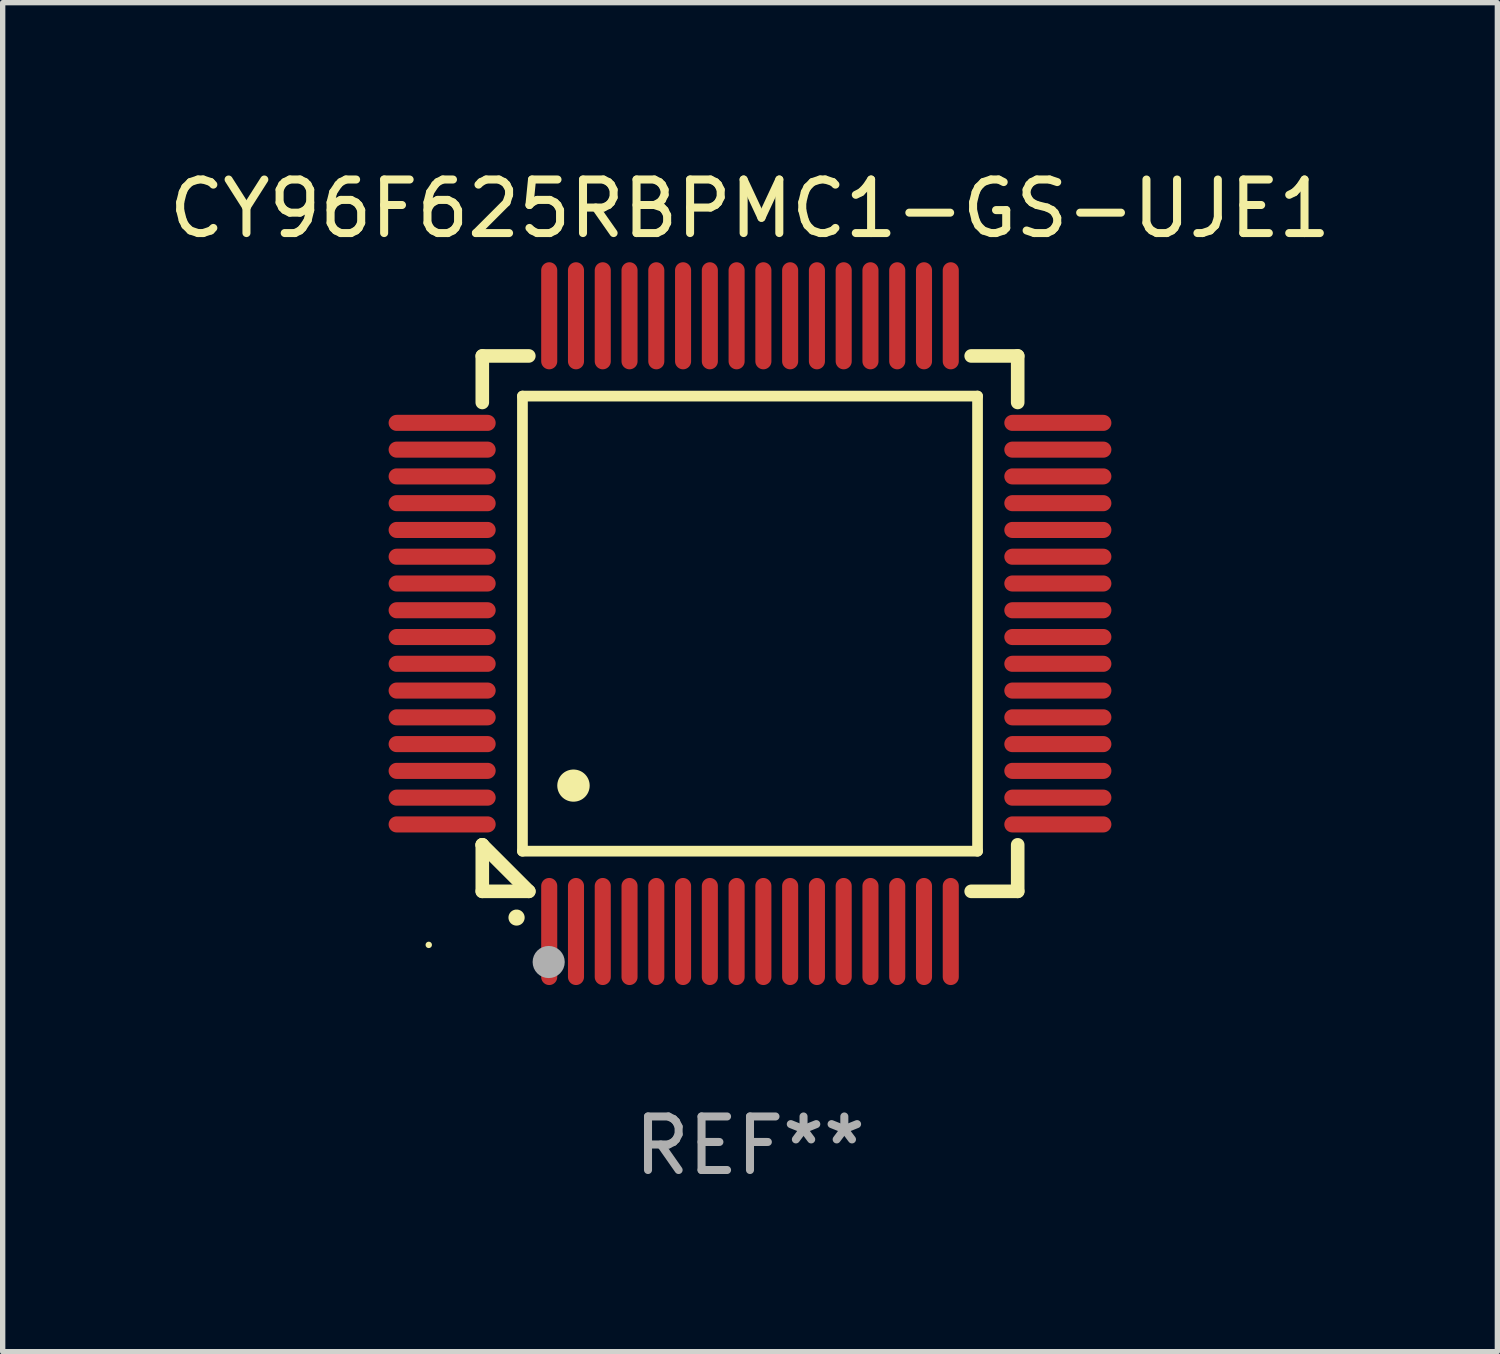
<source format=kicad_pcb>
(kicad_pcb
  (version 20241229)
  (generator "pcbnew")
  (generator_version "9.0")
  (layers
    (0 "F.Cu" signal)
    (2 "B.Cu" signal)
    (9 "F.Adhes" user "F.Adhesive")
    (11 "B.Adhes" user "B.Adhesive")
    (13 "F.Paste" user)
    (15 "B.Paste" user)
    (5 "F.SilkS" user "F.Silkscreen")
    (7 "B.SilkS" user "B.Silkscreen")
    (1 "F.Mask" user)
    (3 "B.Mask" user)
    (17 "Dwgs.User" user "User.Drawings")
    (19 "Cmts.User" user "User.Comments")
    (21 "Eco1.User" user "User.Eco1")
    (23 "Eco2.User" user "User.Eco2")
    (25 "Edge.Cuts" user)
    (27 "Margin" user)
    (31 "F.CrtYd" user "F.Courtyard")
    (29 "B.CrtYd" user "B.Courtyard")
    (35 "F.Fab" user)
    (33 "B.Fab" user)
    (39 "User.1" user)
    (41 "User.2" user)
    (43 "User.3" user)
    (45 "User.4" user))
  (footprint "CY96F625RBPMC1-GS-UJE1"
    (layer "F.Cu")
    (at 10.958 8.598)
    (property "Reference" "CY96F625RBPMC1-GS-UJE1" (at 0 -7.75 0) (layer "F.SilkS") (effects (font (size 1 1) (thickness 0.15))))
    (attr through_hole)
    (fp_line (start -5 -5) (end -4.131 -5) (stroke (width 0.254) (type solid)) (layer "F.SilkS"))
    (fp_line (start -5 -4.131) (end -5 -5) (stroke (width 0.254) (type solid)) (layer "F.SilkS"))
    (fp_line (start -5 4.131) (end -5 4.131) (stroke (width 0.254) (type solid)) (layer "F.SilkS"))
    (fp_line (start -5 5) (end -5 4.131) (stroke (width 0.254) (type solid)) (layer "F.SilkS"))
    (fp_line (start -5 4.131) (end -4.131 5) (stroke (width 0.254) (type solid)) (layer "F.SilkS"))
    (fp_line (start -4.25 -4.25) (end -4.25 4.25) (stroke (width 0.2) (type solid)) (layer "F.SilkS"))
    (fp_line (start -4.25 4.25) (end 4.25 4.25) (stroke (width 0.2) (type solid)) (layer "F.SilkS"))
    (fp_line (start -4.131 5) (end -5 5) (stroke (width 0.254) (type solid)) (layer "F.SilkS"))
    (fp_line (start 4.25 -4.25) (end -4.25 -4.25) (stroke (width 0.2) (type solid)) (layer "F.SilkS"))
    (fp_line (start 4.25 4.25) (end 4.25 -4.25) (stroke (width 0.2) (type solid)) (layer "F.SilkS"))
    (fp_line (start 5 -5) (end 4.131 -5) (stroke (width 0.254) (type solid)) (layer "F.SilkS"))
    (fp_line (start 5 -5) (end 5 -4.131) (stroke (width 0.254) (type solid)) (layer "F.SilkS"))
    (fp_line (start 5 4.131) (end 5 5) (stroke (width 0.254) (type solid)) (layer "F.SilkS"))
    (fp_line (start 5 5) (end 4.131 5) (stroke (width 0.254) (type solid)) (layer "F.SilkS"))
    (fp_arc (start -4.361265 5.489992) (mid -4.359995 5.489987) (end -4.358725 5.489992) (stroke (width 0.3) (type solid)) (layer "F.SilkS"))
    (fp_arc (start -3.299467 3.025146) (mid -3.296927 3.025135) (end -3.294387 3.025146) (stroke (width 0.6) (type solid)) (layer "F.SilkS"))
    (fp_circle (center -6 6) (end -5.97 6) (stroke (width 0.06) (type solid)) (fill no) (layer "F.SilkS"))
    (fp_circle (center -3.76 6.32) (end -3.61 6.32) (stroke (width 0.3) (type solid)) (fill no) (layer "F.Fab"))
    (fp_text user "REF**" (at 0 9.75 0) (layer "F.Fab") (effects (font (size 1 1) (thickness 0.15))))
    (pad "1" smd oval (at -3.75 5.75) (size 0.3 2) (layers "F.Cu" "F.Mask" "F.Paste"))
    (pad "2" smd oval (at -3.25 5.75) (size 0.3 2) (layers "F.Cu" "F.Mask" "F.Paste"))
    (pad "3" smd oval (at -2.75 5.75) (size 0.3 2) (layers "F.Cu" "F.Mask" "F.Paste"))
    (pad "4" smd oval (at -2.25 5.75) (size 0.3 2) (layers "F.Cu" "F.Mask" "F.Paste"))
    (pad "5" smd oval (at -1.75 5.75) (size 0.3 2) (layers "F.Cu" "F.Mask" "F.Paste"))
    (pad "6" smd oval (at -1.25 5.75) (size 0.3 2) (layers "F.Cu" "F.Mask" "F.Paste"))
    (pad "7" smd oval (at -0.75 5.75) (size 0.3 2) (layers "F.Cu" "F.Mask" "F.Paste"))
    (pad "8" smd oval (at -0.25 5.75) (size 0.3 2) (layers "F.Cu" "F.Mask" "F.Paste"))
    (pad "9" smd oval (at 0.25 5.75) (size 0.3 2) (layers "F.Cu" "F.Mask" "F.Paste"))
    (pad "10" smd oval (at 0.75 5.75) (size 0.3 2) (layers "F.Cu" "F.Mask" "F.Paste"))
    (pad "11" smd oval (at 1.25 5.75) (size 0.3 2) (layers "F.Cu" "F.Mask" "F.Paste"))
    (pad "12" smd oval (at 1.75 5.75) (size 0.3 2) (layers "F.Cu" "F.Mask" "F.Paste"))
    (pad "13" smd oval (at 2.25 5.75) (size 0.3 2) (layers "F.Cu" "F.Mask" "F.Paste"))
    (pad "14" smd oval (at 2.75 5.75) (size 0.3 2) (layers "F.Cu" "F.Mask" "F.Paste"))
    (pad "15" smd oval (at 3.25 5.75) (size 0.3 2) (layers "F.Cu" "F.Mask" "F.Paste"))
    (pad "16" smd oval (at 3.75 5.75) (size 0.3 2) (layers "F.Cu" "F.Mask" "F.Paste"))
    (pad "17" smd oval (at 5.75 3.75) (size 2 0.3) (layers "F.Cu" "F.Mask" "F.Paste"))
    (pad "18" smd oval (at 5.75 3.25) (size 2 0.3) (layers "F.Cu" "F.Mask" "F.Paste"))
    (pad "19" smd oval (at 5.75 2.75) (size 2 0.3) (layers "F.Cu" "F.Mask" "F.Paste"))
    (pad "20" smd oval (at 5.75 2.25) (size 2 0.3) (layers "F.Cu" "F.Mask" "F.Paste"))
    (pad "21" smd oval (at 5.75 1.75) (size 2 0.3) (layers "F.Cu" "F.Mask" "F.Paste"))
    (pad "22" smd oval (at 5.75 1.25) (size 2 0.3) (layers "F.Cu" "F.Mask" "F.Paste"))
    (pad "23" smd oval (at 5.75 0.75) (size 2 0.3) (layers "F.Cu" "F.Mask" "F.Paste"))
    (pad "24" smd oval (at 5.75 0.25) (size 2 0.3) (layers "F.Cu" "F.Mask" "F.Paste"))
    (pad "25" smd oval (at 5.75 -0.25) (size 2 0.3) (layers "F.Cu" "F.Mask" "F.Paste"))
    (pad "26" smd oval (at 5.75 -0.75) (size 2 0.3) (layers "F.Cu" "F.Mask" "F.Paste"))
    (pad "27" smd oval (at 5.75 -1.25) (size 2 0.3) (layers "F.Cu" "F.Mask" "F.Paste"))
    (pad "28" smd oval (at 5.75 -1.75) (size 2 0.3) (layers "F.Cu" "F.Mask" "F.Paste"))
    (pad "29" smd oval (at 5.75 -2.25) (size 2 0.3) (layers "F.Cu" "F.Mask" "F.Paste"))
    (pad "30" smd oval (at 5.75 -2.75) (size 2 0.3) (layers "F.Cu" "F.Mask" "F.Paste"))
    (pad "31" smd oval (at 5.75 -3.25) (size 2 0.3) (layers "F.Cu" "F.Mask" "F.Paste"))
    (pad "32" smd oval (at 5.75 -3.75) (size 2 0.3) (layers "F.Cu" "F.Mask" "F.Paste"))
    (pad "33" smd oval (at 3.75 -5.75) (size 0.3 2) (layers "F.Cu" "F.Mask" "F.Paste"))
    (pad "34" smd oval (at 3.25 -5.75) (size 0.3 2) (layers "F.Cu" "F.Mask" "F.Paste"))
    (pad "35" smd oval (at 2.75 -5.75) (size 0.3 2) (layers "F.Cu" "F.Mask" "F.Paste"))
    (pad "36" smd oval (at 2.25 -5.75) (size 0.3 2) (layers "F.Cu" "F.Mask" "F.Paste"))
    (pad "37" smd oval (at 1.75 -5.75) (size 0.3 2) (layers "F.Cu" "F.Mask" "F.Paste"))
    (pad "38" smd oval (at 1.25 -5.75) (size 0.3 2) (layers "F.Cu" "F.Mask" "F.Paste"))
    (pad "39" smd oval (at 0.75 -5.75) (size 0.3 2) (layers "F.Cu" "F.Mask" "F.Paste"))
    (pad "40" smd oval (at 0.25 -5.75) (size 0.3 2) (layers "F.Cu" "F.Mask" "F.Paste"))
    (pad "41" smd oval (at -0.25 -5.75) (size 0.3 2) (layers "F.Cu" "F.Mask" "F.Paste"))
    (pad "42" smd oval (at -0.75 -5.75) (size 0.3 2) (layers "F.Cu" "F.Mask" "F.Paste"))
    (pad "43" smd oval (at -1.25 -5.75) (size 0.3 2) (layers "F.Cu" "F.Mask" "F.Paste"))
    (pad "44" smd oval (at -1.75 -5.75) (size 0.3 2) (layers "F.Cu" "F.Mask" "F.Paste"))
    (pad "45" smd oval (at -2.25 -5.75) (size 0.3 2) (layers "F.Cu" "F.Mask" "F.Paste"))
    (pad "46" smd oval (at -2.75 -5.75) (size 0.3 2) (layers "F.Cu" "F.Mask" "F.Paste"))
    (pad "47" smd oval (at -3.25 -5.75) (size 0.3 2) (layers "F.Cu" "F.Mask" "F.Paste"))
    (pad "48" smd oval (at -3.75 -5.75) (size 0.3 2) (layers "F.Cu" "F.Mask" "F.Paste"))
    (pad "49" smd oval (at -5.75 -3.75) (size 2 0.3) (layers "F.Cu" "F.Mask" "F.Paste"))
    (pad "50" smd oval (at -5.75 -3.25) (size 2 0.3) (layers "F.Cu" "F.Mask" "F.Paste"))
    (pad "51" smd oval (at -5.75 -2.75) (size 2 0.3) (layers "F.Cu" "F.Mask" "F.Paste"))
    (pad "52" smd oval (at -5.75 -2.25) (size 2 0.3) (layers "F.Cu" "F.Mask" "F.Paste"))
    (pad "53" smd oval (at -5.75 -1.75) (size 2 0.3) (layers "F.Cu" "F.Mask" "F.Paste"))
    (pad "54" smd oval (at -5.75 -1.25) (size 2 0.3) (layers "F.Cu" "F.Mask" "F.Paste"))
    (pad "55" smd oval (at -5.75 -0.75) (size 2 0.3) (layers "F.Cu" "F.Mask" "F.Paste"))
    (pad "56" smd oval (at -5.75 -0.25) (size 2 0.3) (layers "F.Cu" "F.Mask" "F.Paste"))
    (pad "57" smd oval (at -5.75 0.25) (size 2 0.3) (layers "F.Cu" "F.Mask" "F.Paste"))
    (pad "58" smd oval (at -5.75 0.75) (size 2 0.3) (layers "F.Cu" "F.Mask" "F.Paste"))
    (pad "59" smd oval (at -5.75 1.25) (size 2 0.3) (layers "F.Cu" "F.Mask" "F.Paste"))
    (pad "60" smd oval (at -5.75 1.75) (size 2 0.3) (layers "F.Cu" "F.Mask" "F.Paste"))
    (pad "61" smd oval (at -5.75 2.25) (size 2 0.3) (layers "F.Cu" "F.Mask" "F.Paste"))
    (pad "62" smd oval (at -5.75 2.75) (size 2 0.3) (layers "F.Cu" "F.Mask" "F.Paste"))
    (pad "63" smd oval (at -5.75 3.25) (size 2 0.3) (layers "F.Cu" "F.Mask" "F.Paste"))
    (pad "64" smd oval (at -5.75 3.75) (size 2 0.3) (layers "F.Cu" "F.Mask" "F.Paste")))
  (gr_rect
    (start -3 -3)
    (end 24.917 22.196)
    (stroke (width 0.1) (type default))
    (fill no)
    (layer "Edge.Cuts")))
</source>
